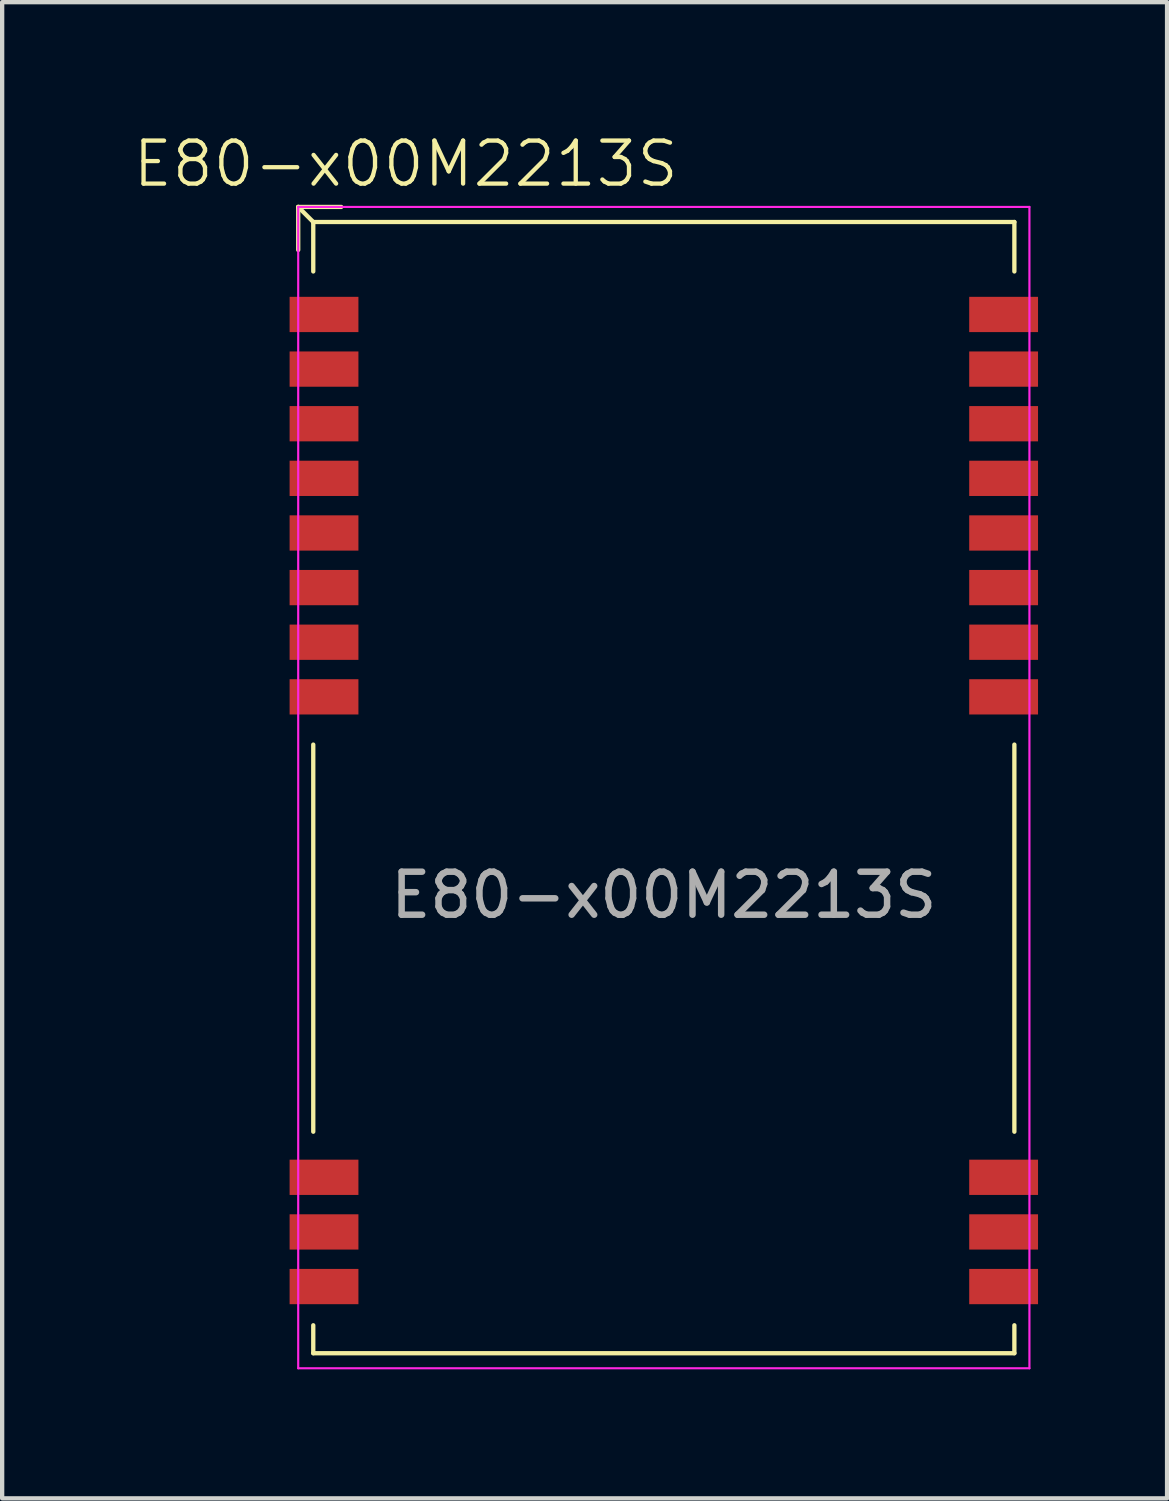
<source format=kicad_pcb>
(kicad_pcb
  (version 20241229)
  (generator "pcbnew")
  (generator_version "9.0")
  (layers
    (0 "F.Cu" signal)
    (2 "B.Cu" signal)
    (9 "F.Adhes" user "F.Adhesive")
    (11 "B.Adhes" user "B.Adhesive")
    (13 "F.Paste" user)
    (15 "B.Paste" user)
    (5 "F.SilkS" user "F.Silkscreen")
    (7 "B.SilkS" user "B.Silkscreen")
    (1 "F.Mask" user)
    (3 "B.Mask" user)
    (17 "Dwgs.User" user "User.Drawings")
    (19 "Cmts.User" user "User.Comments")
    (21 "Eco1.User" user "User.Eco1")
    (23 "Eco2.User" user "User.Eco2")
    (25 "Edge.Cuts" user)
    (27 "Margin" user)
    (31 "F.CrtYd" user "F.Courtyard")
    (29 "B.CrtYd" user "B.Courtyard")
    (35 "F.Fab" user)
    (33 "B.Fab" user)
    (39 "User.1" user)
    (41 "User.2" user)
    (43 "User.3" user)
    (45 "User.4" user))
  (footprint "E80-x00M2213S"
    (layer "F.Cu")
    (at 12.383 15.261)
    (property "Reference" "E80-x00M2213S" (at -6 -14.5 0) (unlocked yes) (layer "F.SilkS") (effects (font (size 1 1) (thickness 0.1))))
    (attr smd)
    (fp_line (start -8.5 -13.5) (end -8.5 -12.5) (stroke (width 0.1) (type default)) (layer "F.SilkS"))
    (fp_line (start -8.5 -13.5) (end -8.15 -13.15) (stroke (width 0.1) (type default)) (layer "F.SilkS"))
    (fp_line (start -8.5 -13.5) (end -7.5 -13.5) (stroke (width 0.1) (type default)) (layer "F.SilkS"))
    (fp_line (start -8.15 -12) (end -8.15 -13.15) (stroke (width 0.1) (type default)) (layer "F.SilkS"))
    (fp_line (start -8.15 8) (end -8.15 -1) (stroke (width 0.1) (type default)) (layer "F.SilkS"))
    (fp_line (start -8.15 13.15) (end -8.15 12.5) (stroke (width 0.1) (type default)) (layer "F.SilkS"))
    (fp_line (start -8.15 13.15) (end 8.15 13.15) (stroke (width 0.1) (type default)) (layer "F.SilkS"))
    (fp_line (start 8.15 -13.15) (end -8.15 -13.15) (stroke (width 0.1) (type default)) (layer "F.SilkS"))
    (fp_line (start 8.15 -13.15) (end 8.15 -12) (stroke (width 0.1) (type default)) (layer "F.SilkS"))
    (fp_line (start 8.15 8) (end 8.15 -1) (stroke (width 0.1) (type default)) (layer "F.SilkS"))
    (fp_line (start 8.15 13.15) (end 8.15 12.5) (stroke (width 0.1) (type default)) (layer "F.SilkS"))
    (fp_line (start -8.5 -13.5) (end 8.5 -13.5) (stroke (width 0.05) (type default)) (layer "F.CrtYd"))
    (fp_line (start -8.5 13.5) (end -8.5 -13.5) (stroke (width 0.05) (type default)) (layer "F.CrtYd"))
    (fp_line (start 8.5 -13.5) (end 8.5 13.5) (stroke (width 0.05) (type default)) (layer "F.CrtYd"))
    (fp_line (start 8.5 13.5) (end -8.5 13.5) (stroke (width 0.05) (type default)) (layer "F.CrtYd"))
    (fp_text user "${REFERENCE}" (at 0 2.5 0) (unlocked yes) (layer "F.Fab") (effects (font (size 1 1) (thickness 0.15))))
    (pad "1" smd rect (at -7.9 -11) (size 1.6 0.82) (layers "F.Cu" "F.Mask" "F.Paste"))
    (pad "2" smd rect (at -7.9 -9.73) (size 1.6 0.82) (layers "F.Cu" "F.Mask" "F.Paste"))
    (pad "3" smd rect (at -7.9 -8.46) (size 1.6 0.82) (layers "F.Cu" "F.Mask" "F.Paste"))
    (pad "4" smd rect (at -7.9 -7.19) (size 1.6 0.82) (layers "F.Cu" "F.Mask" "F.Paste"))
    (pad "5" smd rect (at -7.9 -5.92) (size 1.6 0.82) (layers "F.Cu" "F.Mask" "F.Paste"))
    (pad "6" smd rect (at -7.9 -4.65) (size 1.6 0.82) (layers "F.Cu" "F.Mask" "F.Paste"))
    (pad "7" smd rect (at -7.9 -3.38) (size 1.6 0.82) (layers "F.Cu" "F.Mask" "F.Paste"))
    (pad "8" smd rect (at -7.9 -2.11) (size 1.6 0.82) (layers "F.Cu" "F.Mask" "F.Paste"))
    (pad "11" smd rect (at -7.9 9.06) (size 1.6 0.82) (layers "F.Cu" "F.Mask" "F.Paste"))
    (pad "12" smd rect (at -7.9 10.33) (size 1.6 0.82) (layers "F.Cu" "F.Mask" "F.Paste"))
    (pad "13" smd rect (at -7.9 11.6) (size 1.6 0.82) (layers "F.Cu" "F.Mask" "F.Paste"))
    (pad "14" smd rect (at 7.9 11.6) (size 1.6 0.82) (layers "F.Cu" "F.Mask" "F.Paste"))
    (pad "15" smd rect (at 7.9 10.33) (size 1.6 0.82) (layers "F.Cu" "F.Mask" "F.Paste"))
    (pad "16" smd rect (at 7.9 9.06) (size 1.6 0.82) (layers "F.Cu" "F.Mask" "F.Paste"))
    (pad "19" smd rect (at 7.9 -2.11) (size 1.6 0.82) (layers "F.Cu" "F.Mask" "F.Paste"))
    (pad "20" smd rect (at 7.9 -3.38) (size 1.6 0.82) (layers "F.Cu" "F.Mask" "F.Paste"))
    (pad "21" smd rect (at 7.9 -4.65) (size 1.6 0.82) (layers "F.Cu" "F.Mask" "F.Paste"))
    (pad "22" smd rect (at 7.9 -5.92) (size 1.6 0.82) (layers "F.Cu" "F.Mask" "F.Paste"))
    (pad "23" smd rect (at 7.9 -7.19) (size 1.6 0.82) (layers "F.Cu" "F.Mask" "F.Paste"))
    (pad "24" smd rect (at 7.9 -8.46) (size 1.6 0.82) (layers "F.Cu" "F.Mask" "F.Paste"))
    (pad "25" smd rect (at 7.9 -9.73) (size 1.6 0.82) (layers "F.Cu" "F.Mask" "F.Paste"))
    (pad "26" smd rect (at 7.9 -11) (size 1.6 0.82) (layers "F.Cu" "F.Mask" "F.Paste")))
  (gr_rect
    (start -3 -3)
    (end 24.083 31.785)
    (stroke (width 0.1) (type default))
    (fill no)
    (layer "Edge.Cuts")))
</source>
